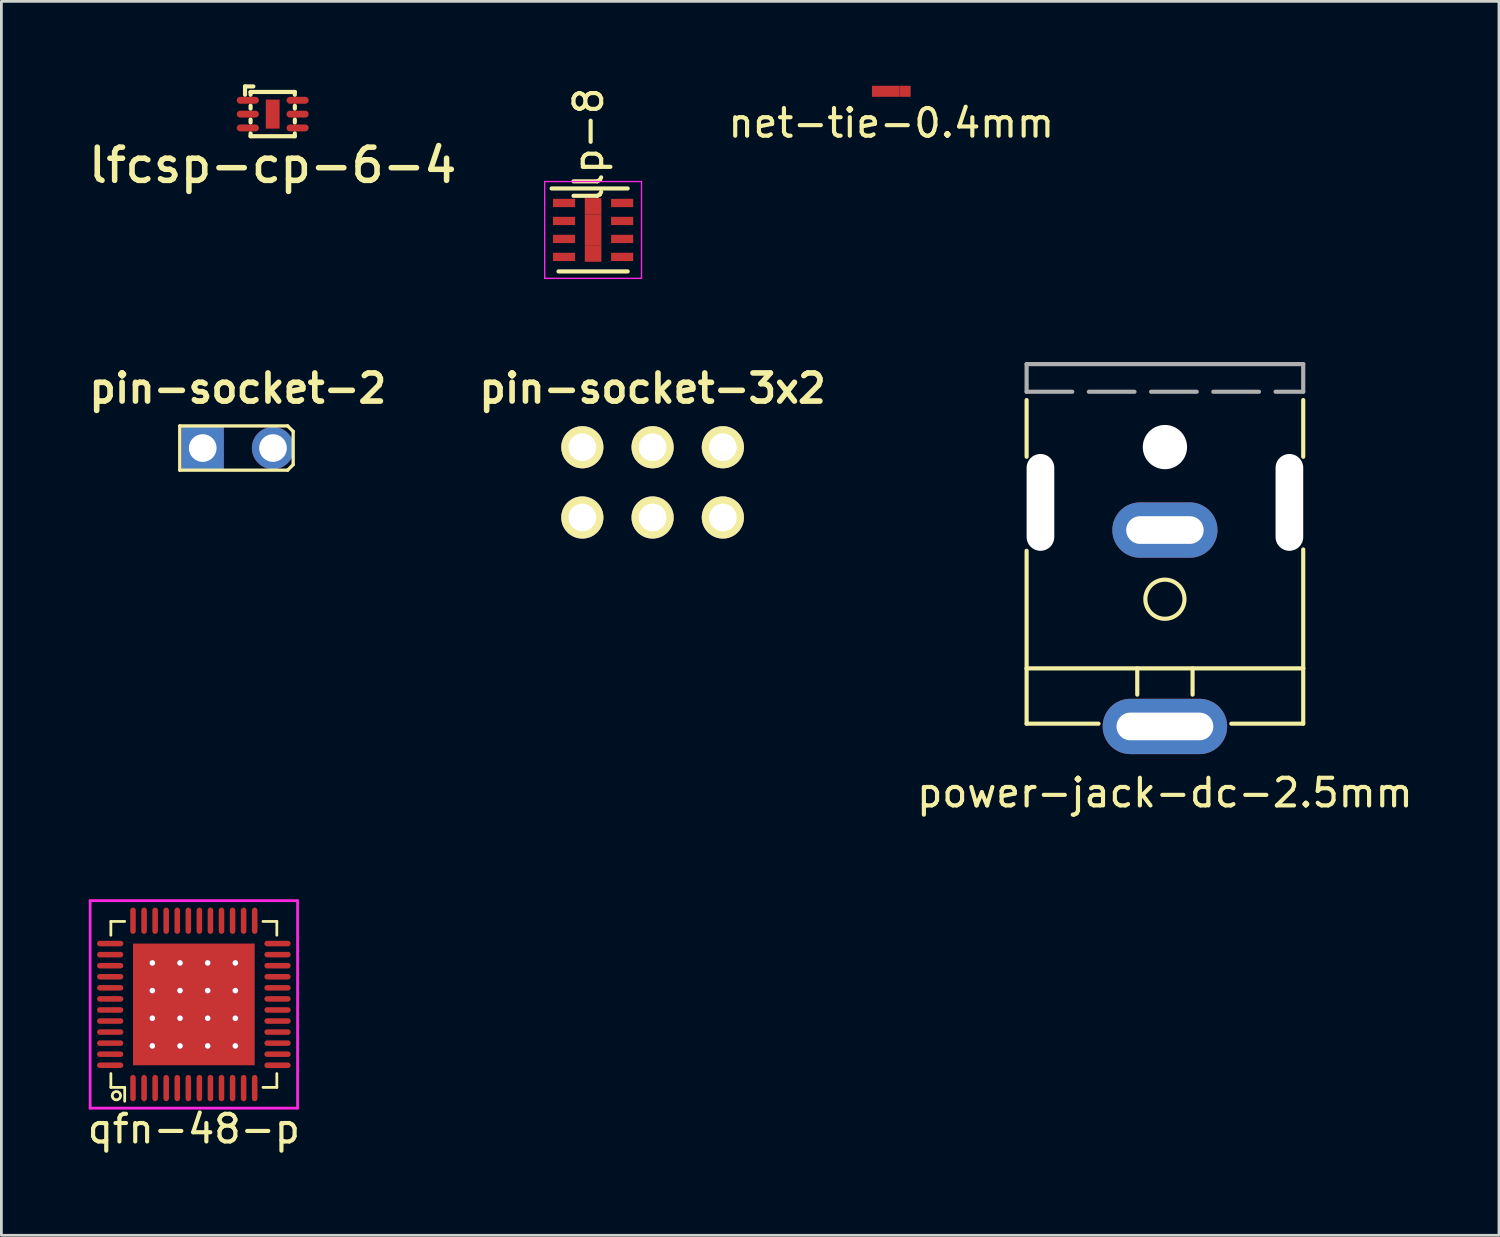
<source format=kicad_pcb>
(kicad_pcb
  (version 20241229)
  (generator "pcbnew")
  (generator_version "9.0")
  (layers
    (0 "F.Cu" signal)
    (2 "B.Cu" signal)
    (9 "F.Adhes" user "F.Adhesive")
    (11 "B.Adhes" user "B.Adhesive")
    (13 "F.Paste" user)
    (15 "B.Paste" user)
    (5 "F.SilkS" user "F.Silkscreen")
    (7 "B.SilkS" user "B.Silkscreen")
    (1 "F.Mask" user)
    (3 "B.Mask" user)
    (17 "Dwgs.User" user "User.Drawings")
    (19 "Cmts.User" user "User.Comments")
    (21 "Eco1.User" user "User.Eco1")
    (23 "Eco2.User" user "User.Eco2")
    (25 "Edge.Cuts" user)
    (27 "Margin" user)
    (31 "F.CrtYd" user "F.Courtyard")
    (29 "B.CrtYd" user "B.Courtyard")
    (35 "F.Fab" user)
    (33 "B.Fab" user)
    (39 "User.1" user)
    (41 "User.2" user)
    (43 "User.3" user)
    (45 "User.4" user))
  (footprint "llp-8"
    (layer "F.Cu")
    (at 18.392 5.263)
    (property "Reference" "llp-8" (at -0.163 -3.067 90) (layer "F.SilkS") (effects (font (size 1 1) (thickness 0.15))))
    (attr through_hole)
    (fp_line (start -1.5 -1.5) (end 1.25 -1.5) (stroke (width 0.15) (type solid)) (layer "F.SilkS"))
    (fp_line (start -1.25 1.5) (end 1.25 1.5) (stroke (width 0.15) (type solid)) (layer "F.SilkS"))
    (fp_line (start -1.75 -1.75) (end 1.75 -1.75) (stroke (width 0.05) (type solid)) (layer "F.CrtYd"))
    (fp_line (start -1.75 1.75) (end -1.75 -1.75) (stroke (width 0.05) (type solid)) (layer "F.CrtYd"))
    (fp_line (start 1.75 -1.75) (end 1.75 1.75) (stroke (width 0.05) (type solid)) (layer "F.CrtYd"))
    (fp_line (start 1.75 1.75) (end -1.75 1.75) (stroke (width 0.05) (type solid)) (layer "F.CrtYd"))
    (pad "1" smd rect (at -1.05 -0.975) (size 0.8 0.3) (layers "F.Cu" "F.Mask" "F.Paste"))
    (pad "2" smd rect (at -1.05 -0.325) (size 0.8 0.3) (layers "F.Cu" "F.Mask" "F.Paste"))
    (pad "3" smd rect (at -1.05 0.325) (size 0.8 0.3) (layers "F.Cu" "F.Mask" "F.Paste"))
    (pad "4" smd rect (at -1.05 0.975) (size 0.8 0.3) (layers "F.Cu" "F.Mask" "F.Paste"))
    (pad "5" smd rect (at 1.05 0.975) (size 0.8 0.3) (layers "F.Cu" "F.Mask" "F.Paste"))
    (pad "6" smd rect (at 1.05 0.325) (size 0.8 0.3) (layers "F.Cu" "F.Mask" "F.Paste"))
    (pad "7" smd rect (at 1.05 -0.325) (size 0.8 0.3) (layers "F.Cu" "F.Mask" "F.Paste"))
    (pad "8" smd rect (at 1.05 -0.975) (size 0.8 0.3) (layers "F.Cu" "F.Mask" "F.Paste"))
    (pad "9" smd rect (at 0 -0.85) (size 0.6 0.6) (layers "F.Cu" "F.Mask" "F.Paste"))
    (pad "9" smd rect (at 0 0) (size 0.6 1.1) (layers "F.Cu" "F.Mask" "F.Paste"))
    (pad "9" smd rect (at 0 0.85) (size 0.6 0.6) (layers "F.Cu" "F.Mask" "F.Paste")))
  (footprint "pin-socket-3x2"
    (layer "F.Cu")
    (at 20.543 14.389)
    (property "Reference" "pin-socket-3x2" (at 0 -3.4 0) (layer "F.SilkS") (effects (font (size 1.016 1.016) (thickness 0.203))))
    (attr through_hole)
    (pad "1" thru_hole circle (at -2.54 1.27) (size 1.524 1.524) (drill 1.001) (layers "*.Cu" "*.Mask" "F.SilkS"))
    (pad "2" thru_hole circle (at -2.54 -1.27) (size 1.524 1.524) (drill 1.001) (layers "*.Cu" "*.Mask" "F.SilkS"))
    (pad "3" thru_hole circle (at 0 1.27) (size 1.524 1.524) (drill 1.001) (layers "*.Cu" "*.Mask" "F.SilkS"))
    (pad "4" thru_hole circle (at 0 -1.27) (size 1.524 1.524) (drill 1.001) (layers "*.Cu" "*.Mask" "F.SilkS"))
    (pad "5" thru_hole circle (at 2.54 1.27) (size 1.524 1.524) (drill 1.001) (layers "*.Cu" "*.Mask" "F.SilkS"))
    (pad "6" thru_hole circle (at 2.54 -1.27) (size 1.524 1.524) (drill 1.001) (layers "*.Cu" "*.Mask" "F.SilkS")))
  (footprint "net-tie-0.4mm"
    (layer "F.Cu")
    (at 29.173 0.25)
    (property "Reference" "net-tie-0.4mm" (at 0 1.15 0) (layer "F.SilkS") (effects (font (size 1 1) (thickness 0.15))))
    (attr through_hole)
    (pad "" connect rect (at 0 0) (size 0.6 0.4) (layers "F.Cu"))
    (pad "1" smd rect (at -0.5 0) (size 0.4 0.4) (layers "F.Cu"))
    (pad "2" smd rect (at 0.5 0) (size 0.4 0.4) (layers "F.Cu")))
  (footprint "power-jack-dc-2.5mm"
    (layer "F.Cu")
    (at 39.065 16.113)
    (property "Reference" "power-jack-dc-2.5mm" (at 0 9.5 0) (layer "F.SilkS") (effects (font (size 1 1) (thickness 0.15))))
    (attr through_hole)
    (fp_line (start -5 -2.65) (end -5 -4.7) (stroke (width 0.15) (type default)) (layer "F.SilkS"))
    (fp_line (start -5 5) (end -5 0.75) (stroke (width 0.15) (type default)) (layer "F.SilkS"))
    (fp_line (start -5 5) (end 5 5) (stroke (width 0.15) (type solid)) (layer "F.SilkS"))
    (fp_line (start -5 7) (end -5 5) (stroke (width 0.15) (type default)) (layer "F.SilkS"))
    (fp_line (start -5 7) (end -2.4 7) (stroke (width 0.15) (type default)) (layer "F.SilkS"))
    (fp_line (start -1 5) (end -1 5.95) (stroke (width 0.15) (type solid)) (layer "F.SilkS"))
    (fp_line (start 1 5) (end 1 5.95) (stroke (width 0.15) (type solid)) (layer "F.SilkS"))
    (fp_line (start 5 -4.7) (end 5 -2.65) (stroke (width 0.15) (type default)) (layer "F.SilkS"))
    (fp_line (start 5 5) (end 5 0.7) (stroke (width 0.15) (type default)) (layer "F.SilkS"))
    (fp_line (start 5 5) (end 5 7) (stroke (width 0.15) (type default)) (layer "F.SilkS"))
    (fp_line (start 5 7) (end 2.4 7) (stroke (width 0.15) (type default)) (layer "F.SilkS"))
    (fp_circle (center 0 2.5) (end 0.5 3) (stroke (width 0.15) (type solid)) (fill no) (layer "F.SilkS"))
    (fp_line (start -5 -6) (end -5 -5) (stroke (width 0.15) (type default)) (layer "F.Fab"))
    (fp_line (start -5 -6) (end 5 -6) (stroke (width 0.15) (type solid)) (layer "F.Fab"))
    (fp_line (start -5 -5) (end 5 -5) (stroke (width 0.15) (type dash)) (layer "F.Fab"))
    (fp_line (start 5 -6) (end 5 -5) (stroke (width 0.15) (type default)) (layer "F.Fab"))
    (pad "" np_thru_hole oval (at -4.5 -1) (size 1 3.5) (drill oval 1 3.5) (layers "*.Cu" "*.Mask"))
    (pad "" np_thru_hole circle (at 0 -3) (size 1.6 1.6) (drill 1.6) (layers "*.Cu" "*.Mask"))
    (pad "" np_thru_hole oval (at 4.5 -1) (size 1 3.5) (drill oval 1 3.5) (layers "*.Cu" "*.Mask"))
    (pad "1" thru_hole oval (at 0 7.1) (size 4.5 2) (drill oval 3.5 1) (layers "*.Cu" "*.Mask"))
    (pad "2" thru_hole oval (at 0 0) (size 3.8 2) (drill oval 2.8 1) (layers "*.Cu" "*.Mask")))
  (footprint "qfn-48-p"
    (layer "F.Cu")
    (at 3.958 33.262)
    (property "Reference" "qfn-48-p" (at 0 4.5 0) (layer "F.SilkS") (effects (font (size 1 1) (thickness 0.15))))
    (attr through_hole)
    (fp_line (start -3 -3) (end -2.5 -3) (stroke (width 0.1) (type solid)) (layer "F.SilkS"))
    (fp_line (start -3 -2.5) (end -3 -3) (stroke (width 0.1) (type solid)) (layer "F.SilkS"))
    (fp_line (start -3 2.5) (end -3 3) (stroke (width 0.1) (type solid)) (layer "F.SilkS"))
    (fp_line (start -3 3) (end -2.5 3) (stroke (width 0.1) (type solid)) (layer "F.SilkS"))
    (fp_line (start -2.5 3) (end -2.5 3.5) (stroke (width 0.1) (type solid)) (layer "F.SilkS"))
    (fp_line (start 2.5 -3) (end 3 -3) (stroke (width 0.1) (type solid)) (layer "F.SilkS"))
    (fp_line (start 3 -3) (end 3 -2.5) (stroke (width 0.1) (type solid)) (layer "F.SilkS"))
    (fp_line (start 3 2.5) (end 3 3) (stroke (width 0.1) (type solid)) (layer "F.SilkS"))
    (fp_line (start 3 3) (end 2.5 3) (stroke (width 0.1) (type solid)) (layer "F.SilkS"))
    (fp_circle (center -2.8 3.3) (end -2.65 3.3) (stroke (width 0.1) (type solid)) (fill no) (layer "F.SilkS"))
    (fp_line (start -3.75 -3.75) (end 3.75 -3.75) (stroke (width 0.1) (type solid)) (layer "F.CrtYd"))
    (fp_line (start -3.75 3.75) (end -3.75 -3.75) (stroke (width 0.1) (type solid)) (layer "F.CrtYd"))
    (fp_line (start 3.75 -3.75) (end 3.75 3.75) (stroke (width 0.1) (type solid)) (layer "F.CrtYd"))
    (fp_line (start 3.75 3.75) (end -3.75 3.75) (stroke (width 0.1) (type solid)) (layer "F.CrtYd"))
    (pad "1" smd oval (at -2.2 3.025) (size 0.2 0.95) (layers "F.Cu" "F.Mask" "F.Paste"))
    (pad "2" smd oval (at -1.8 3.025) (size 0.2 0.95) (layers "F.Cu" "F.Mask" "F.Paste"))
    (pad "3" smd oval (at -1.4 3.025) (size 0.2 0.95) (layers "F.Cu" "F.Mask" "F.Paste"))
    (pad "4" smd oval (at -1 3.025) (size 0.2 0.95) (layers "F.Cu" "F.Mask" "F.Paste"))
    (pad "5" smd oval (at -0.6 3.025) (size 0.2 0.95) (layers "F.Cu" "F.Mask" "F.Paste"))
    (pad "6" smd oval (at -0.2 3.025) (size 0.2 0.95) (layers "F.Cu" "F.Mask" "F.Paste"))
    (pad "7" smd oval (at 0.2 3.025) (size 0.2 0.95) (layers "F.Cu" "F.Mask" "F.Paste"))
    (pad "8" smd oval (at 0.6 3.025) (size 0.2 0.95) (layers "F.Cu" "F.Mask" "F.Paste"))
    (pad "9" smd oval (at 1 3.025) (size 0.2 0.95) (layers "F.Cu" "F.Mask" "F.Paste"))
    (pad "10" smd oval (at 1.4 3.025) (size 0.2 0.95) (layers "F.Cu" "F.Mask" "F.Paste"))
    (pad "11" smd oval (at 1.8 3.025) (size 0.2 0.95) (layers "F.Cu" "F.Mask" "F.Paste"))
    (pad "12" smd oval (at 2.2 3.025) (size 0.2 0.95) (layers "F.Cu" "F.Mask" "F.Paste"))
    (pad "13" smd oval (at 3.025 2.2 90) (size 0.2 0.95) (layers "F.Cu" "F.Mask" "F.Paste"))
    (pad "14" smd oval (at 3.025 1.8 90) (size 0.2 0.95) (layers "F.Cu" "F.Mask" "F.Paste"))
    (pad "15" smd oval (at 3.025 1.4 90) (size 0.2 0.95) (layers "F.Cu" "F.Mask" "F.Paste"))
    (pad "16" smd oval (at 3.025 1 90) (size 0.2 0.95) (layers "F.Cu" "F.Mask" "F.Paste"))
    (pad "17" smd oval (at 3.025 0.6 90) (size 0.2 0.95) (layers "F.Cu" "F.Mask" "F.Paste"))
    (pad "18" smd oval (at 3.025 0.2 90) (size 0.2 0.95) (layers "F.Cu" "F.Mask" "F.Paste"))
    (pad "19" smd oval (at 3.025 -0.2 90) (size 0.2 0.95) (layers "F.Cu" "F.Mask" "F.Paste"))
    (pad "20" smd oval (at 3.025 -0.6 90) (size 0.2 0.95) (layers "F.Cu" "F.Mask" "F.Paste"))
    (pad "21" smd oval (at 3.025 -1 90) (size 0.2 0.95) (layers "F.Cu" "F.Mask" "F.Paste"))
    (pad "22" smd oval (at 3.025 -1.4 90) (size 0.2 0.95) (layers "F.Cu" "F.Mask" "F.Paste"))
    (pad "23" smd oval (at 3.025 -1.8 90) (size 0.2 0.95) (layers "F.Cu" "F.Mask" "F.Paste"))
    (pad "24" smd oval (at 3.025 -2.2 90) (size 0.2 0.95) (layers "F.Cu" "F.Mask" "F.Paste"))
    (pad "25" smd oval (at 2.2 -3.025) (size 0.2 0.95) (layers "F.Cu" "F.Mask" "F.Paste"))
    (pad "26" smd oval (at 1.8 -3.025) (size 0.2 0.95) (layers "F.Cu" "F.Mask" "F.Paste"))
    (pad "27" smd oval (at 1.4 -3.025) (size 0.2 0.95) (layers "F.Cu" "F.Mask" "F.Paste"))
    (pad "28" smd oval (at 1 -3.025) (size 0.2 0.95) (layers "F.Cu" "F.Mask" "F.Paste"))
    (pad "29" smd oval (at 0.6 -3.025) (size 0.2 0.95) (layers "F.Cu" "F.Mask" "F.Paste"))
    (pad "30" smd oval (at 0.2 -3.025) (size 0.2 0.95) (layers "F.Cu" "F.Mask" "F.Paste"))
    (pad "31" smd oval (at -0.2 -3.025) (size 0.2 0.95) (layers "F.Cu" "F.Mask" "F.Paste"))
    (pad "32" smd oval (at -0.6 -3.025) (size 0.2 0.95) (layers "F.Cu" "F.Mask" "F.Paste"))
    (pad "33" smd oval (at -1 -3.025) (size 0.2 0.95) (layers "F.Cu" "F.Mask" "F.Paste"))
    (pad "34" smd oval (at -1.4 -3.025) (size 0.2 0.95) (layers "F.Cu" "F.Mask" "F.Paste"))
    (pad "35" smd oval (at -1.8 -3.025) (size 0.2 0.95) (layers "F.Cu" "F.Mask" "F.Paste"))
    (pad "36" smd oval (at -2.2 -3.025) (size 0.2 0.95) (layers "F.Cu" "F.Mask" "F.Paste"))
    (pad "37" smd oval (at -3.025 -2.2 90) (size 0.2 0.95) (layers "F.Cu" "F.Mask" "F.Paste"))
    (pad "38" smd oval (at -3.025 -1.8 90) (size 0.2 0.95) (layers "F.Cu" "F.Mask" "F.Paste"))
    (pad "39" smd oval (at -3.025 -1.4 90) (size 0.2 0.95) (layers "F.Cu" "F.Mask" "F.Paste"))
    (pad "40" smd oval (at -3.025 -1 90) (size 0.2 0.95) (layers "F.Cu" "F.Mask" "F.Paste"))
    (pad "41" smd oval (at -3.025 -0.6 90) (size 0.2 0.95) (layers "F.Cu" "F.Mask" "F.Paste"))
    (pad "42" smd oval (at -3.025 -0.2 90) (size 0.2 0.95) (layers "F.Cu" "F.Mask" "F.Paste"))
    (pad "43" smd oval (at -3.025 0.2 90) (size 0.2 0.95) (layers "F.Cu" "F.Mask" "F.Paste"))
    (pad "44" smd oval (at -3.025 0.6 90) (size 0.2 0.95) (layers "F.Cu" "F.Mask" "F.Paste"))
    (pad "45" smd oval (at -3.025 1 90) (size 0.2 0.95) (layers "F.Cu" "F.Mask" "F.Paste"))
    (pad "46" smd oval (at -3.025 1.4 90) (size 0.2 0.95) (layers "F.Cu" "F.Mask" "F.Paste"))
    (pad "47" smd oval (at -3.025 1.8 90) (size 0.2 0.95) (layers "F.Cu" "F.Mask" "F.Paste"))
    (pad "48" smd oval (at -3.025 2.2 90) (size 0.2 0.95) (layers "F.Cu" "F.Mask" "F.Paste"))
    (pad "49" thru_hole circle (at -1.5 -1.5) (size 0.2 0.2) (drill 0.2) (layers "*.Cu"))
    (pad "49" thru_hole circle (at -1.5 -0.5) (size 0.2 0.2) (drill 0.2) (layers "*.Cu"))
    (pad "49" thru_hole circle (at -1.5 0.5) (size 0.2 0.2) (drill 0.2) (layers "*.Cu"))
    (pad "49" thru_hole circle (at -1.5 1.5) (size 0.2 0.2) (drill 0.2) (layers "*.Cu"))
    (pad "49" thru_hole circle (at -0.5 -1.5) (size 0.2 0.2) (drill 0.2) (layers "*.Cu"))
    (pad "49" thru_hole circle (at -0.5 -0.5) (size 0.2 0.2) (drill 0.2) (layers "*.Cu"))
    (pad "49" thru_hole circle (at -0.5 0.5) (size 0.2 0.2) (drill 0.2) (layers "*.Cu"))
    (pad "49" thru_hole circle (at -0.5 1.5) (size 0.2 0.2) (drill 0.2) (layers "*.Cu"))
    (pad "49" smd rect (at 0 0) (size 4.4 4.4) (layers "F.Cu" "F.Mask" "F.Paste"))
    (pad "49" thru_hole circle (at 0.5 -1.5) (size 0.2 0.2) (drill 0.2) (layers "*.Cu"))
    (pad "49" thru_hole circle (at 0.5 -0.5) (size 0.2 0.2) (drill 0.2) (layers "*.Cu"))
    (pad "49" thru_hole circle (at 0.5 0.5) (size 0.2 0.2) (drill 0.2) (layers "*.Cu"))
    (pad "49" thru_hole circle (at 0.5 1.5) (size 0.2 0.2) (drill 0.2) (layers "*.Cu"))
    (pad "49" thru_hole circle (at 1.5 -1.5) (size 0.2 0.2) (drill 0.2) (layers "*.Cu"))
    (pad "49" thru_hole circle (at 1.5 -0.5) (size 0.2 0.2) (drill 0.2) (layers "*.Cu"))
    (pad "49" thru_hole circle (at 1.5 0.5) (size 0.2 0.2) (drill 0.2) (layers "*.Cu"))
    (pad "49" thru_hole circle (at 1.5 1.5) (size 0.2 0.2) (drill 0.2) (layers "*.Cu")))
  (footprint "lfcsp-cp-6-4"
    (layer "F.Cu")
    (at 6.809 1.075)
    (property "Reference" "lfcsp-cp-6-4" (at 0 1.85 0) (layer "F.SilkS") (effects (font (size 1.2 1.2) (thickness 0.2))))
    (attr through_hole)
    (fp_line (start -1 -1) (end -0.7 -1) (stroke (width 0.15) (type solid)) (layer "F.SilkS"))
    (fp_line (start -1 -0.7) (end -1 -1) (stroke (width 0.15) (type solid)) (layer "F.SilkS"))
    (fp_line (start -0.8 -0.8) (end -0.8 -0.7) (stroke (width 0.15) (type solid)) (layer "F.SilkS"))
    (fp_line (start -0.8 -0.3) (end -0.8 -0.2) (stroke (width 0.15) (type solid)) (layer "F.SilkS"))
    (fp_line (start -0.8 0.2) (end -0.8 0.3) (stroke (width 0.15) (type solid)) (layer "F.SilkS"))
    (fp_line (start -0.8 0.7) (end -0.8 0.8) (stroke (width 0.15) (type solid)) (layer "F.SilkS"))
    (fp_line (start -0.8 0.8) (end 0.8 0.8) (stroke (width 0.15) (type solid)) (layer "F.SilkS"))
    (fp_line (start 0.8 -0.8) (end -0.8 -0.8) (stroke (width 0.15) (type solid)) (layer "F.SilkS"))
    (fp_line (start 0.8 -0.8) (end 0.8 -0.7) (stroke (width 0.15) (type solid)) (layer "F.SilkS"))
    (fp_line (start 0.8 -0.2) (end 0.8 -0.3) (stroke (width 0.15) (type solid)) (layer "F.SilkS"))
    (fp_line (start 0.8 0.3) (end 0.8 0.2) (stroke (width 0.15) (type solid)) (layer "F.SilkS"))
    (fp_line (start 0.8 0.8) (end 0.8 0.7) (stroke (width 0.15) (type solid)) (layer "F.SilkS"))
    (pad "1" smd oval (at -0.9 -0.5) (size 0.8 0.25) (layers "F.Cu" "F.Mask" "F.Paste"))
    (pad "2" smd oval (at -0.9 0) (size 0.8 0.25) (layers "F.Cu" "F.Mask" "F.Paste"))
    (pad "3" smd oval (at -0.9 0.5) (size 0.8 0.25) (layers "F.Cu" "F.Mask" "F.Paste"))
    (pad "4" smd oval (at 0.9 0.5) (size 0.8 0.25) (layers "F.Cu" "F.Mask" "F.Paste"))
    (pad "5" smd oval (at 0.9 0) (size 0.8 0.25) (layers "F.Cu" "F.Mask" "F.Paste"))
    (pad "6" smd oval (at 0.9 -0.5) (size 0.8 0.25) (layers "F.Cu" "F.Mask" "F.Paste"))
    (pad "PAD" smd rect (at 0 0) (size 0.5 1.05) (layers "F.Cu" "F.Mask" "F.Paste")))
  (footprint "pin-socket-2"
    (layer "F.Cu")
    (at 5.549 13.148)
    (property "Reference" "pin-socket-2" (at 0 -2.159 0) (layer "F.SilkS") (effects (font (size 1.016 1.016) (thickness 0.203))))
    (attr through_hole)
    (fp_line (start -2.1 -0.8) (end 1.8 -0.8) (stroke (width 0.12) (type solid)) (layer "F.SilkS"))
    (fp_line (start -2.1 0.8) (end -2.1 -0.8) (stroke (width 0.12) (type solid)) (layer "F.SilkS"))
    (fp_line (start 1.8 -0.8) (end 2 -0.6) (stroke (width 0.12) (type solid)) (layer "F.SilkS"))
    (fp_line (start 1.8 0.8) (end -2.1 0.8) (stroke (width 0.12) (type solid)) (layer "F.SilkS"))
    (fp_line (start 2 -0.6) (end 2 0.6) (stroke (width 0.12) (type solid)) (layer "F.SilkS"))
    (fp_line (start 2 0.6) (end 1.8 0.8) (stroke (width 0.12) (type solid)) (layer "F.SilkS"))
    (pad "1" thru_hole rect (at -1.27 0) (size 1.524 1.524) (drill 1.001) (layers "*.Cu" "*.Mask"))
    (pad "2" thru_hole circle (at 1.27 0) (size 1.524 1.524) (drill 1.001) (layers "*.Cu" "*.Mask")))
  (gr_rect
    (start -3 -3)
    (end 51.142 41.61)
    (stroke (width 0.1) (type default))
    (fill no)
    (layer "Edge.Cuts")))
</source>
